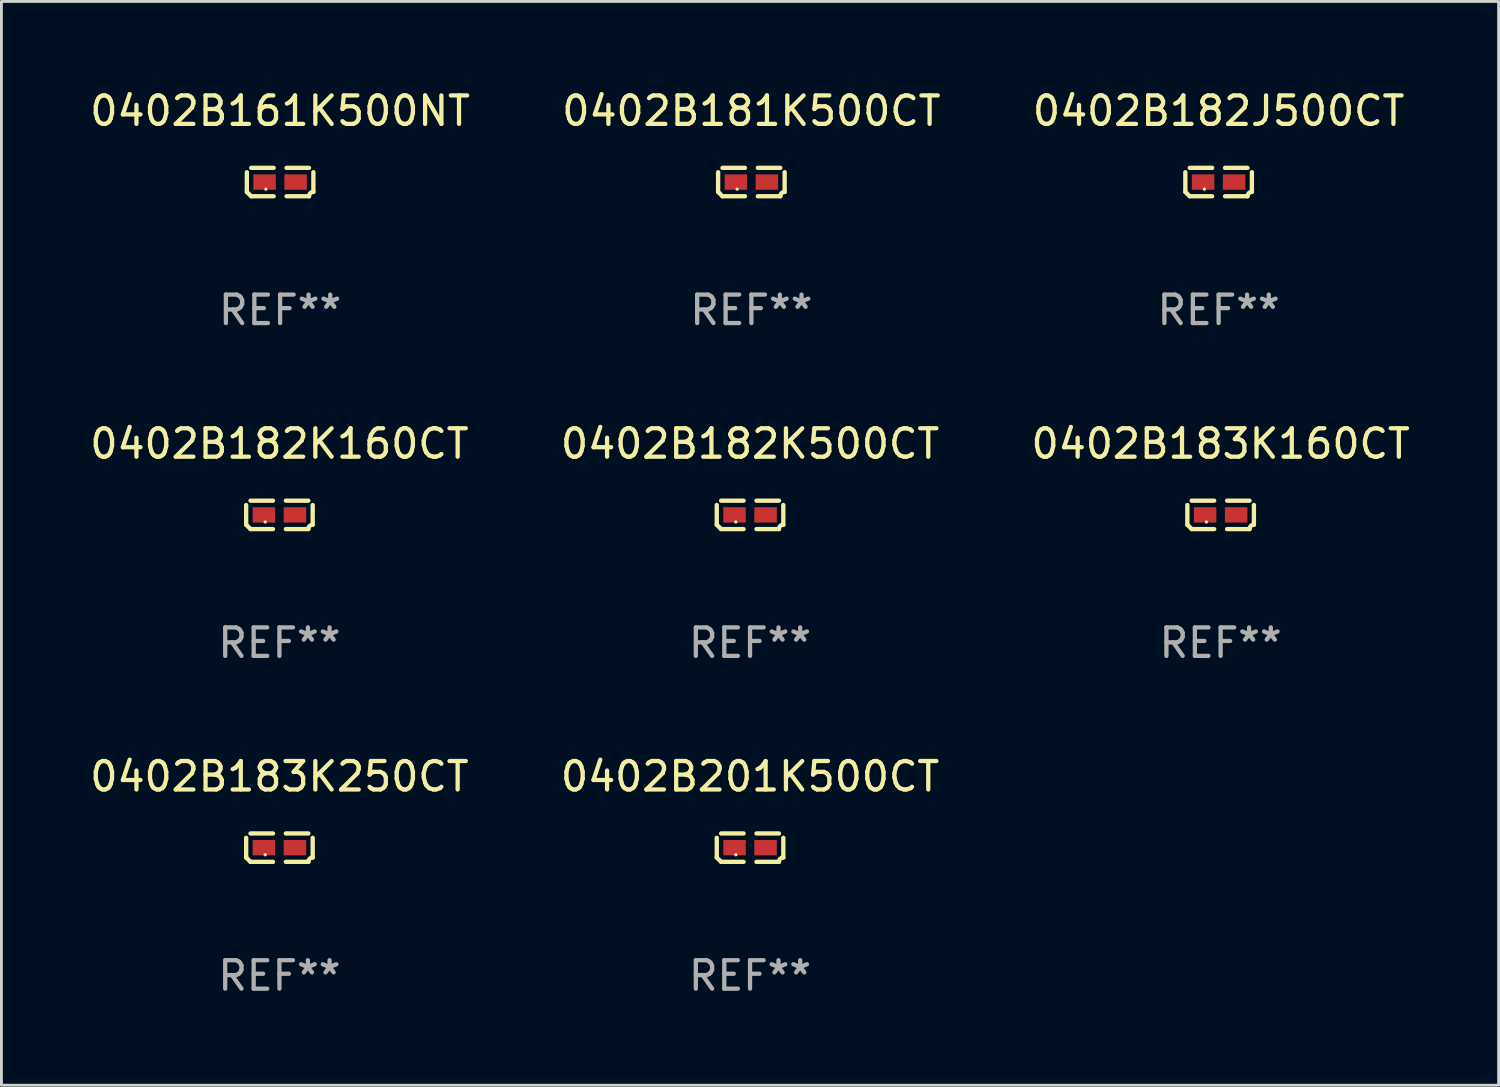
<source format=kicad_pcb>
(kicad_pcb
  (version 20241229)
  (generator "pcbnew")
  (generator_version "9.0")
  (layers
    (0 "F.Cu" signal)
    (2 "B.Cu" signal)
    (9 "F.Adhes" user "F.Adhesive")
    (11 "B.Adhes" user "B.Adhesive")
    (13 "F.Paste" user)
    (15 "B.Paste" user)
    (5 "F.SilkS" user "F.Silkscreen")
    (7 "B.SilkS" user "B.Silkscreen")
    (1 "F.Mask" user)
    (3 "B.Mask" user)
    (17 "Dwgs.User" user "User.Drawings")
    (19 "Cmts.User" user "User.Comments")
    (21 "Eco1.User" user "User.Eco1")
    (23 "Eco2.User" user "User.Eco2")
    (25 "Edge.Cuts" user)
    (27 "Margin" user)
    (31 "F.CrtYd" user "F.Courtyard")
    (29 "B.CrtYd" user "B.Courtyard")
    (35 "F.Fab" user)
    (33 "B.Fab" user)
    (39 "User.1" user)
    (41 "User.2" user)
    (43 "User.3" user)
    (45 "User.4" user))
  (footprint "0402B201K500CT"
    (layer "F.Cu")
    (at 23.304 26.734)
    (property "Reference" "0402B201K500CT" (at 0 -2.499 0) (layer "F.SilkS") (effects (font (size 1 1) (thickness 0.15))))
    (attr through_hole)
    (fp_line (start -1.169 0.346) (end -1.169 -0.346) (stroke (width 0.152) (type solid)) (layer "F.SilkS"))
    (fp_line (start -1.016 -0.499) (end -0.226 -0.499) (stroke (width 0.152) (type solid)) (layer "F.SilkS"))
    (fp_line (start -0.226 0.499) (end -1.016 0.499) (stroke (width 0.152) (type solid)) (layer "F.SilkS"))
    (fp_line (start 0.226 0.499) (end 1.016 0.499) (stroke (width 0.152) (type solid)) (layer "F.SilkS"))
    (fp_line (start 1.016 -0.499) (end 0.226 -0.499) (stroke (width 0.152) (type solid)) (layer "F.SilkS"))
    (fp_line (start 1.169 0.346) (end 1.169 -0.346) (stroke (width 0.152) (type solid)) (layer "F.SilkS"))
    (fp_arc (start -1.016307 0.498603) (mid -1.092512 0.422405) (end -1.16871 0.3462) (stroke (width 0.1524) (type solid)) (layer "F.SilkS"))
    (fp_arc (start 1.016307 0.498603) (mid 1.060899 0.390758) (end 1.168707 0.346076) (stroke (width 0.1524) (type solid)) (layer "F.SilkS"))
    (fp_circle (center -0.5 0.25) (end -0.47 0.25) (stroke (width 0.06) (type solid)) (fill no) (layer "F.SilkS"))
    (fp_text user "REF**" (at 0 4.499 0) (layer "F.Fab") (effects (font (size 1 1) (thickness 0.15))))
    (pad "1" smd rect (at -0.545 0) (size 0.79 0.54) (layers "F.Cu" "F.Mask" "F.Paste"))
    (pad "2" smd rect (at 0.545 0) (size 0.79 0.54) (layers "F.Cu" "F.Mask" "F.Paste")))
  (footprint "0402B182K160CT"
    (layer "F.Cu")
    (at 6.768 15.041)
    (property "Reference" "0402B182K160CT" (at 0 -2.499 0) (layer "F.SilkS") (effects (font (size 1 1) (thickness 0.15))))
    (attr through_hole)
    (fp_line (start -1.169 0.346) (end -1.169 -0.346) (stroke (width 0.152) (type solid)) (layer "F.SilkS"))
    (fp_line (start -1.016 -0.499) (end -0.226 -0.499) (stroke (width 0.152) (type solid)) (layer "F.SilkS"))
    (fp_line (start -0.226 0.499) (end -1.016 0.499) (stroke (width 0.152) (type solid)) (layer "F.SilkS"))
    (fp_line (start 0.226 0.499) (end 1.016 0.499) (stroke (width 0.152) (type solid)) (layer "F.SilkS"))
    (fp_line (start 1.016 -0.499) (end 0.226 -0.499) (stroke (width 0.152) (type solid)) (layer "F.SilkS"))
    (fp_line (start 1.169 0.346) (end 1.169 -0.346) (stroke (width 0.152) (type solid)) (layer "F.SilkS"))
    (fp_arc (start -1.016307 0.498603) (mid -1.092512 0.422405) (end -1.16871 0.3462) (stroke (width 0.1524) (type solid)) (layer "F.SilkS"))
    (fp_arc (start 1.016307 0.498603) (mid 1.060899 0.390758) (end 1.168707 0.346076) (stroke (width 0.1524) (type solid)) (layer "F.SilkS"))
    (fp_circle (center -0.5 0.25) (end -0.47 0.25) (stroke (width 0.06) (type solid)) (fill no) (layer "F.SilkS"))
    (fp_text user "REF**" (at 0 4.499 0) (layer "F.Fab") (effects (font (size 1 1) (thickness 0.15))))
    (pad "1" smd rect (at -0.545 0) (size 0.79 0.54) (layers "F.Cu" "F.Mask" "F.Paste"))
    (pad "2" smd rect (at 0.545 0) (size 0.79 0.54) (layers "F.Cu" "F.Mask" "F.Paste")))
  (footprint "0402B181K500CT"
    (layer "F.Cu")
    (at 23.351 3.347)
    (property "Reference" "0402B181K500CT" (at 0 -2.499 0) (layer "F.SilkS") (effects (font (size 1 1) (thickness 0.15))))
    (attr through_hole)
    (fp_line (start -1.169 0.346) (end -1.169 -0.346) (stroke (width 0.152) (type solid)) (layer "F.SilkS"))
    (fp_line (start -1.016 -0.499) (end -0.226 -0.499) (stroke (width 0.152) (type solid)) (layer "F.SilkS"))
    (fp_line (start -0.226 0.499) (end -1.016 0.499) (stroke (width 0.152) (type solid)) (layer "F.SilkS"))
    (fp_line (start 0.226 0.499) (end 1.016 0.499) (stroke (width 0.152) (type solid)) (layer "F.SilkS"))
    (fp_line (start 1.016 -0.499) (end 0.226 -0.499) (stroke (width 0.152) (type solid)) (layer "F.SilkS"))
    (fp_line (start 1.169 0.346) (end 1.169 -0.346) (stroke (width 0.152) (type solid)) (layer "F.SilkS"))
    (fp_arc (start -1.016307 0.498603) (mid -1.092512 0.422405) (end -1.16871 0.3462) (stroke (width 0.1524) (type solid)) (layer "F.SilkS"))
    (fp_arc (start 1.016307 0.498603) (mid 1.060899 0.390758) (end 1.168707 0.346076) (stroke (width 0.1524) (type solid)) (layer "F.SilkS"))
    (fp_circle (center -0.5 0.25) (end -0.47 0.25) (stroke (width 0.06) (type solid)) (fill no) (layer "F.SilkS"))
    (fp_text user "REF**" (at 0 4.499 0) (layer "F.Fab") (effects (font (size 1 1) (thickness 0.15))))
    (pad "1" smd rect (at -0.545 0) (size 0.79 0.54) (layers "F.Cu" "F.Mask" "F.Paste"))
    (pad "2" smd rect (at 0.545 0) (size 0.79 0.54) (layers "F.Cu" "F.Mask" "F.Paste")))
  (footprint "0402B182J500CT"
    (layer "F.Cu")
    (at 39.768 3.347)
    (property "Reference" "0402B182J500CT" (at 0 -2.499 0) (layer "F.SilkS") (effects (font (size 1 1) (thickness 0.15))))
    (attr through_hole)
    (fp_line (start -1.169 0.346) (end -1.169 -0.346) (stroke (width 0.152) (type solid)) (layer "F.SilkS"))
    (fp_line (start -1.016 -0.499) (end -0.226 -0.499) (stroke (width 0.152) (type solid)) (layer "F.SilkS"))
    (fp_line (start -0.226 0.499) (end -1.016 0.499) (stroke (width 0.152) (type solid)) (layer "F.SilkS"))
    (fp_line (start 0.226 0.499) (end 1.016 0.499) (stroke (width 0.152) (type solid)) (layer "F.SilkS"))
    (fp_line (start 1.016 -0.499) (end 0.226 -0.499) (stroke (width 0.152) (type solid)) (layer "F.SilkS"))
    (fp_line (start 1.169 0.346) (end 1.169 -0.346) (stroke (width 0.152) (type solid)) (layer "F.SilkS"))
    (fp_arc (start -1.016307 0.498603) (mid -1.092512 0.422405) (end -1.16871 0.3462) (stroke (width 0.1524) (type solid)) (layer "F.SilkS"))
    (fp_arc (start 1.016307 0.498603) (mid 1.060899 0.390758) (end 1.168707 0.346076) (stroke (width 0.1524) (type solid)) (layer "F.SilkS"))
    (fp_circle (center -0.5 0.25) (end -0.47 0.25) (stroke (width 0.06) (type solid)) (fill no) (layer "F.SilkS"))
    (fp_text user "REF**" (at 0 4.499 0) (layer "F.Fab") (effects (font (size 1 1) (thickness 0.15))))
    (pad "1" smd rect (at -0.545 0) (size 0.79 0.54) (layers "F.Cu" "F.Mask" "F.Paste"))
    (pad "2" smd rect (at 0.545 0) (size 0.79 0.54) (layers "F.Cu" "F.Mask" "F.Paste")))
  (footprint "0402B182K500CT"
    (layer "F.Cu")
    (at 23.304 15.041)
    (property "Reference" "0402B182K500CT" (at 0 -2.499 0) (layer "F.SilkS") (effects (font (size 1 1) (thickness 0.15))))
    (attr through_hole)
    (fp_line (start -1.169 0.346) (end -1.169 -0.346) (stroke (width 0.152) (type solid)) (layer "F.SilkS"))
    (fp_line (start -1.016 -0.499) (end -0.226 -0.499) (stroke (width 0.152) (type solid)) (layer "F.SilkS"))
    (fp_line (start -0.226 0.499) (end -1.016 0.499) (stroke (width 0.152) (type solid)) (layer "F.SilkS"))
    (fp_line (start 0.226 0.499) (end 1.016 0.499) (stroke (width 0.152) (type solid)) (layer "F.SilkS"))
    (fp_line (start 1.016 -0.499) (end 0.226 -0.499) (stroke (width 0.152) (type solid)) (layer "F.SilkS"))
    (fp_line (start 1.169 0.346) (end 1.169 -0.346) (stroke (width 0.152) (type solid)) (layer "F.SilkS"))
    (fp_arc (start -1.016307 0.498603) (mid -1.092512 0.422405) (end -1.16871 0.3462) (stroke (width 0.1524) (type solid)) (layer "F.SilkS"))
    (fp_arc (start 1.016307 0.498603) (mid 1.060899 0.390758) (end 1.168707 0.346076) (stroke (width 0.1524) (type solid)) (layer "F.SilkS"))
    (fp_circle (center -0.5 0.25) (end -0.47 0.25) (stroke (width 0.06) (type solid)) (fill no) (layer "F.SilkS"))
    (fp_text user "REF**" (at 0 4.499 0) (layer "F.Fab") (effects (font (size 1 1) (thickness 0.15))))
    (pad "1" smd rect (at -0.545 0) (size 0.79 0.54) (layers "F.Cu" "F.Mask" "F.Paste"))
    (pad "2" smd rect (at 0.545 0) (size 0.79 0.54) (layers "F.Cu" "F.Mask" "F.Paste")))
  (footprint "0402B183K250CT"
    (layer "F.Cu")
    (at 6.768 26.734)
    (property "Reference" "0402B183K250CT" (at 0 -2.499 0) (layer "F.SilkS") (effects (font (size 1 1) (thickness 0.15))))
    (attr through_hole)
    (fp_line (start -1.169 0.346) (end -1.169 -0.346) (stroke (width 0.152) (type solid)) (layer "F.SilkS"))
    (fp_line (start -1.016 -0.499) (end -0.226 -0.499) (stroke (width 0.152) (type solid)) (layer "F.SilkS"))
    (fp_line (start -0.226 0.499) (end -1.016 0.499) (stroke (width 0.152) (type solid)) (layer "F.SilkS"))
    (fp_line (start 0.226 0.499) (end 1.016 0.499) (stroke (width 0.152) (type solid)) (layer "F.SilkS"))
    (fp_line (start 1.016 -0.499) (end 0.226 -0.499) (stroke (width 0.152) (type solid)) (layer "F.SilkS"))
    (fp_line (start 1.169 0.346) (end 1.169 -0.346) (stroke (width 0.152) (type solid)) (layer "F.SilkS"))
    (fp_arc (start -1.016307 0.498603) (mid -1.092512 0.422405) (end -1.16871 0.3462) (stroke (width 0.1524) (type solid)) (layer "F.SilkS"))
    (fp_arc (start 1.016307 0.498603) (mid 1.060899 0.390758) (end 1.168707 0.346076) (stroke (width 0.1524) (type solid)) (layer "F.SilkS"))
    (fp_circle (center -0.5 0.25) (end -0.47 0.25) (stroke (width 0.06) (type solid)) (fill no) (layer "F.SilkS"))
    (fp_text user "REF**" (at 0 4.499 0) (layer "F.Fab") (effects (font (size 1 1) (thickness 0.15))))
    (pad "1" smd rect (at -0.545 0) (size 0.79 0.54) (layers "F.Cu" "F.Mask" "F.Paste"))
    (pad "2" smd rect (at 0.545 0) (size 0.79 0.54) (layers "F.Cu" "F.Mask" "F.Paste")))
  (footprint "0402B183K160CT"
    (layer "F.Cu")
    (at 39.839 15.041)
    (property "Reference" "0402B183K160CT" (at 0 -2.499 0) (layer "F.SilkS") (effects (font (size 1 1) (thickness 0.15))))
    (attr through_hole)
    (fp_line (start -1.169 0.346) (end -1.169 -0.346) (stroke (width 0.152) (type solid)) (layer "F.SilkS"))
    (fp_line (start -1.016 -0.499) (end -0.226 -0.499) (stroke (width 0.152) (type solid)) (layer "F.SilkS"))
    (fp_line (start -0.226 0.499) (end -1.016 0.499) (stroke (width 0.152) (type solid)) (layer "F.SilkS"))
    (fp_line (start 0.226 0.499) (end 1.016 0.499) (stroke (width 0.152) (type solid)) (layer "F.SilkS"))
    (fp_line (start 1.016 -0.499) (end 0.226 -0.499) (stroke (width 0.152) (type solid)) (layer "F.SilkS"))
    (fp_line (start 1.169 0.346) (end 1.169 -0.346) (stroke (width 0.152) (type solid)) (layer "F.SilkS"))
    (fp_arc (start -1.016307 0.498603) (mid -1.092512 0.422405) (end -1.16871 0.3462) (stroke (width 0.1524) (type solid)) (layer "F.SilkS"))
    (fp_arc (start 1.016307 0.498603) (mid 1.060899 0.390758) (end 1.168707 0.346076) (stroke (width 0.1524) (type solid)) (layer "F.SilkS"))
    (fp_circle (center -0.5 0.25) (end -0.47 0.25) (stroke (width 0.06) (type solid)) (fill no) (layer "F.SilkS"))
    (fp_text user "REF**" (at 0 4.499 0) (layer "F.Fab") (effects (font (size 1 1) (thickness 0.15))))
    (pad "1" smd rect (at -0.545 0) (size 0.79 0.54) (layers "F.Cu" "F.Mask" "F.Paste"))
    (pad "2" smd rect (at 0.545 0) (size 0.79 0.54) (layers "F.Cu" "F.Mask" "F.Paste")))
  (footprint "0402B161K500NT"
    (layer "F.Cu")
    (at 6.792 3.347)
    (property "Reference" "0402B161K500NT" (at 0 -2.499 0) (layer "F.SilkS") (effects (font (size 1 1) (thickness 0.15))))
    (attr through_hole)
    (fp_line (start -1.169 0.346) (end -1.169 -0.346) (stroke (width 0.152) (type solid)) (layer "F.SilkS"))
    (fp_line (start -1.016 -0.499) (end -0.226 -0.499) (stroke (width 0.152) (type solid)) (layer "F.SilkS"))
    (fp_line (start -0.226 0.499) (end -1.016 0.499) (stroke (width 0.152) (type solid)) (layer "F.SilkS"))
    (fp_line (start 0.226 0.499) (end 1.016 0.499) (stroke (width 0.152) (type solid)) (layer "F.SilkS"))
    (fp_line (start 1.016 -0.499) (end 0.226 -0.499) (stroke (width 0.152) (type solid)) (layer "F.SilkS"))
    (fp_line (start 1.169 0.346) (end 1.169 -0.346) (stroke (width 0.152) (type solid)) (layer "F.SilkS"))
    (fp_arc (start -1.016307 0.498603) (mid -1.092512 0.422405) (end -1.16871 0.3462) (stroke (width 0.1524) (type solid)) (layer "F.SilkS"))
    (fp_arc (start 1.016307 0.498603) (mid 1.060899 0.390758) (end 1.168707 0.346076) (stroke (width 0.1524) (type solid)) (layer "F.SilkS"))
    (fp_circle (center -0.5 0.25) (end -0.47 0.25) (stroke (width 0.06) (type solid)) (fill no) (layer "F.SilkS"))
    (fp_text user "REF**" (at 0 4.499 0) (layer "F.Fab") (effects (font (size 1 1) (thickness 0.15))))
    (pad "1" smd rect (at -0.545 0) (size 0.79 0.54) (layers "F.Cu" "F.Mask" "F.Paste"))
    (pad "2" smd rect (at 0.545 0) (size 0.79 0.54) (layers "F.Cu" "F.Mask" "F.Paste")))
  (gr_rect
    (start -3 -3)
    (end 49.607 35.081)
    (stroke (width 0.1) (type default))
    (fill no)
    (layer "Edge.Cuts")))
</source>
